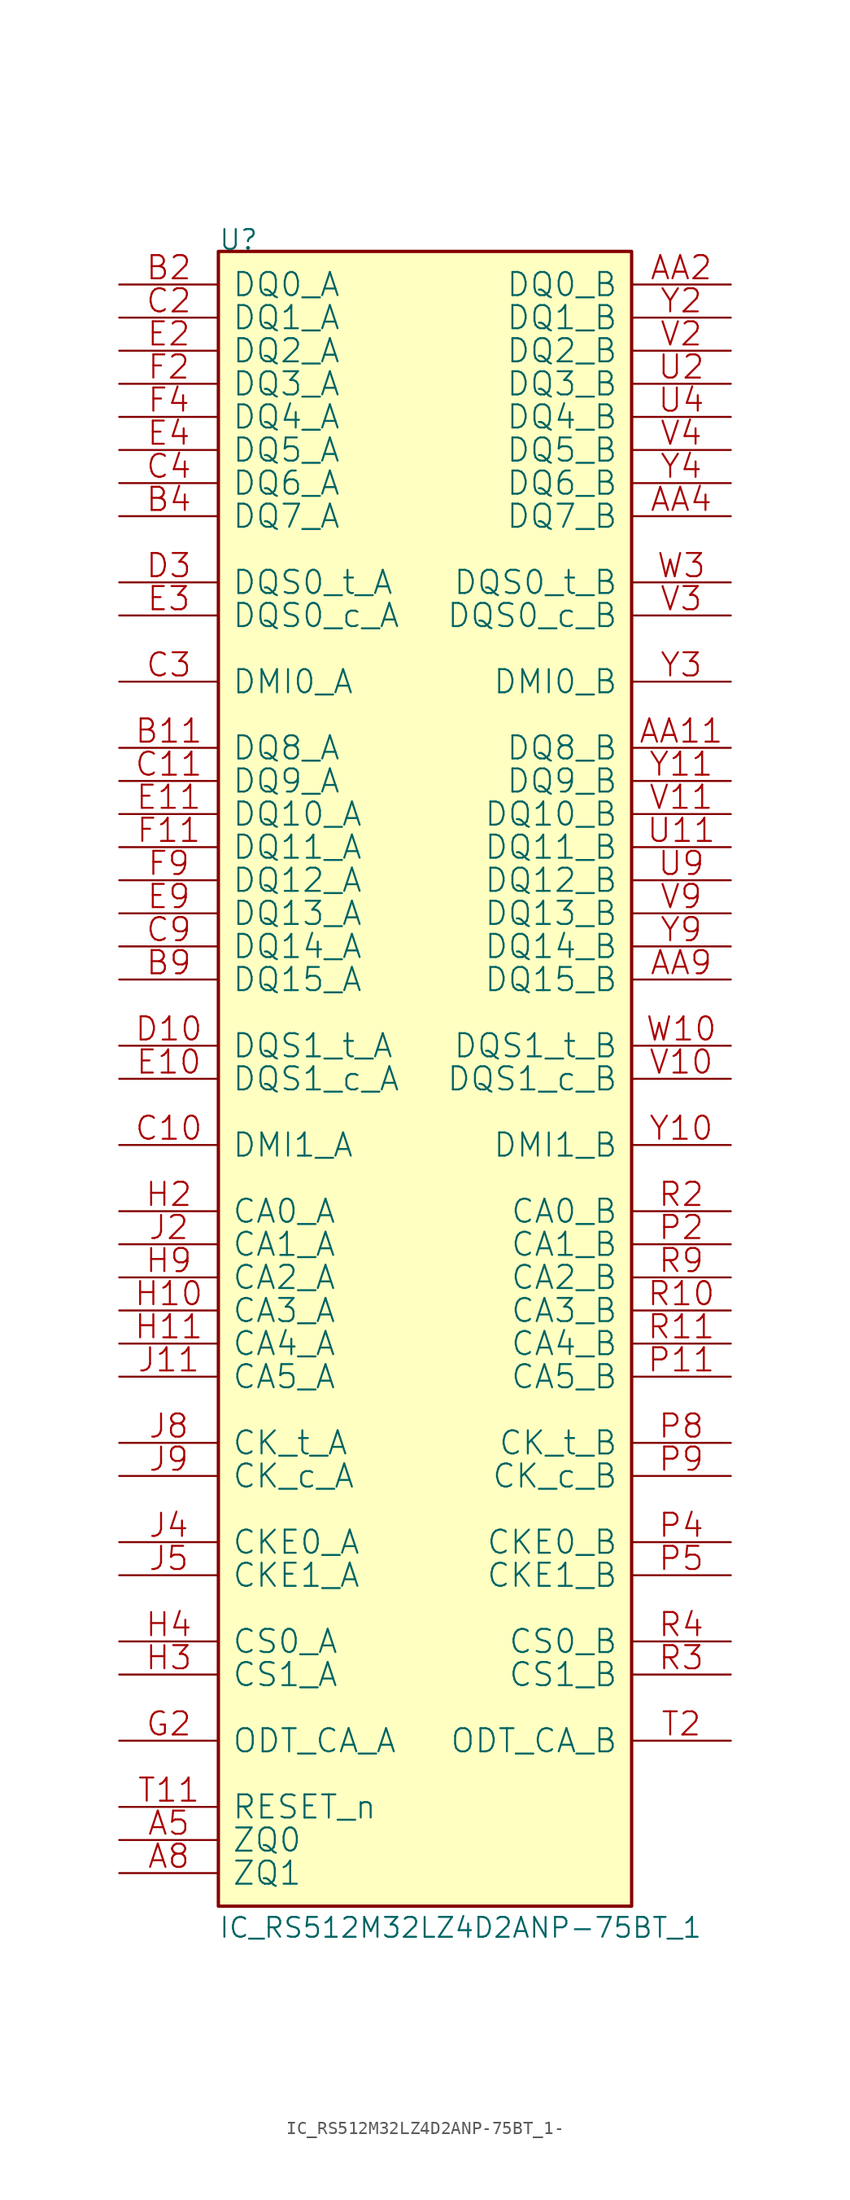
<source format=kicad_sym>
(kicad_symbol_lib
  (version 20220914)
  (generator kicad_symbol_editor)
  (symbol "IC_RS512M32LZ4D2ANP-75BT_1-"
    (pin_names
      (offset 1.016))
    (property "Reference" "U"
      (at 0 0 0)
      (effects (font (size 1.524 1.524)) (justify left bottom)))
    (property "Value" "IC_RS512M32LZ4D2ANP-75BT_1"
      (at 0 -129.54 0)
      (effects (font (size 1.524 1.524)) (justify left bottom)))
    (property "Footprint" ""
      (at 0 0 0)
      (effects (font (size 1.524 1.524))))
    (property "Datasheet" ""
      (at 0 0 0)
      (effects (font (size 1.524 1.524))))
    (symbol "IC_RS512M32LZ4D2ANP-75BT_1-_0_1"
      (rectangle (start 0 -127) (end 31.75 0) (stroke (width 0.254) (type solid)) (fill (type background)))
      (pin passive line (at -7.62 -121.92 0) (length 7.62) (name "ZQ0" (effects (font (size 1.778 1.778)))) (number "A5" (effects (font (size 1.778 1.778)))))
      (pin passive line (at -7.62 -124.46 0) (length 7.62) (name "ZQ1" (effects (font (size 1.778 1.778)))) (number "A8" (effects (font (size 1.778 1.778)))))
      (pin passive line (at 39.37 -38.1 180) (length 7.62) (name "DQ8_B" (effects (font (size 1.778 1.778)))) (number "AA11" (effects (font (size 1.778 1.778)))))
      (pin passive line (at 39.37 -2.54 180) (length 7.62) (name "DQ0_B" (effects (font (size 1.778 1.778)))) (number "AA2" (effects (font (size 1.778 1.778)))))
      (pin passive line (at 39.37 -20.32 180) (length 7.62) (name "DQ7_B" (effects (font (size 1.778 1.778)))) (number "AA4" (effects (font (size 1.778 1.778)))))
      (pin passive line (at 39.37 -55.88 180) (length 7.62) (name "DQ15_B" (effects (font (size 1.778 1.778)))) (number "AA9" (effects (font (size 1.778 1.778)))))
      (pin passive line (at -7.62 -38.1 0) (length 7.62) (name "DQ8_A" (effects (font (size 1.778 1.778)))) (number "B11" (effects (font (size 1.778 1.778)))))
      (pin passive line (at -7.62 -2.54 0) (length 7.62) (name "DQ0_A" (effects (font (size 1.778 1.778)))) (number "B2" (effects (font (size 1.778 1.778)))))
      (pin passive line (at -7.62 -20.32 0) (length 7.62) (name "DQ7_A" (effects (font (size 1.778 1.778)))) (number "B4" (effects (font (size 1.778 1.778)))))
      (pin passive line (at -7.62 -55.88 0) (length 7.62) (name "DQ15_A" (effects (font (size 1.778 1.778)))) (number "B9" (effects (font (size 1.778 1.778)))))
      (pin passive line (at -7.62 -68.58 0) (length 7.62) (name "DMI1_A" (effects (font (size 1.778 1.778)))) (number "C10" (effects (font (size 1.778 1.778)))))
      (pin passive line (at -7.62 -40.64 0) (length 7.62) (name "DQ9_A" (effects (font (size 1.778 1.778)))) (number "C11" (effects (font (size 1.778 1.778)))))
      (pin passive line (at -7.62 -5.08 0) (length 7.62) (name "DQ1_A" (effects (font (size 1.778 1.778)))) (number "C2" (effects (font (size 1.778 1.778)))))
      (pin passive line (at -7.62 -33.02 0) (length 7.62) (name "DMI0_A" (effects (font (size 1.778 1.778)))) (number "C3" (effects (font (size 1.778 1.778)))))
      (pin passive line (at -7.62 -17.78 0) (length 7.62) (name "DQ6_A" (effects (font (size 1.778 1.778)))) (number "C4" (effects (font (size 1.778 1.778)))))
      (pin passive line (at -7.62 -53.34 0) (length 7.62) (name "DQ14_A" (effects (font (size 1.778 1.778)))) (number "C9" (effects (font (size 1.778 1.778)))))
      (pin passive line (at -7.62 -60.96 0) (length 7.62) (name "DQS1_t_A" (effects (font (size 1.778 1.778)))) (number "D10" (effects (font (size 1.778 1.778)))))
      (pin passive line (at -7.62 -25.4 0) (length 7.62) (name "DQS0_t_A" (effects (font (size 1.778 1.778)))) (number "D3" (effects (font (size 1.778 1.778)))))
      (pin passive line (at -7.62 -63.5 0) (length 7.62) (name "DQS1_c_A" (effects (font (size 1.778 1.778)))) (number "E10" (effects (font (size 1.778 1.778)))))
      (pin passive line (at -7.62 -43.18 0) (length 7.62) (name "DQ10_A" (effects (font (size 1.778 1.778)))) (number "E11" (effects (font (size 1.778 1.778)))))
      (pin passive line (at -7.62 -7.62 0) (length 7.62) (name "DQ2_A" (effects (font (size 1.778 1.778)))) (number "E2" (effects (font (size 1.778 1.778)))))
      (pin passive line (at -7.62 -27.94 0) (length 7.62) (name "DQS0_c_A" (effects (font (size 1.778 1.778)))) (number "E3" (effects (font (size 1.778 1.778)))))
      (pin passive line (at -7.62 -15.24 0) (length 7.62) (name "DQ5_A" (effects (font (size 1.778 1.778)))) (number "E4" (effects (font (size 1.778 1.778)))))
      (pin passive line (at -7.62 -50.8 0) (length 7.62) (name "DQ13_A" (effects (font (size 1.778 1.778)))) (number "E9" (effects (font (size 1.778 1.778)))))
      (pin passive line (at -7.62 -45.72 0) (length 7.62) (name "DQ11_A" (effects (font (size 1.778 1.778)))) (number "F11" (effects (font (size 1.778 1.778)))))
      (pin passive line (at -7.62 -10.16 0) (length 7.62) (name "DQ3_A" (effects (font (size 1.778 1.778)))) (number "F2" (effects (font (size 1.778 1.778)))))
      (pin passive line (at -7.62 -12.7 0) (length 7.62) (name "DQ4_A" (effects (font (size 1.778 1.778)))) (number "F4" (effects (font (size 1.778 1.778)))))
      (pin passive line (at -7.62 -48.26 0) (length 7.62) (name "DQ12_A" (effects (font (size 1.778 1.778)))) (number "F9" (effects (font (size 1.778 1.778)))))
      (pin passive line (at -7.62 -114.3 0) (length 7.62) (name "ODT_CA_A" (effects (font (size 1.778 1.778)))) (number "G2" (effects (font (size 1.778 1.778)))))
      (pin passive line (at -7.62 -81.28 0) (length 7.62) (name "CA3_A" (effects (font (size 1.778 1.778)))) (number "H10" (effects (font (size 1.778 1.778)))))
      (pin passive line (at -7.62 -83.82 0) (length 7.62) (name "CA4_A" (effects (font (size 1.778 1.778)))) (number "H11" (effects (font (size 1.778 1.778)))))
      (pin passive line (at -7.62 -73.66 0) (length 7.62) (name "CA0_A" (effects (font (size 1.778 1.778)))) (number "H2" (effects (font (size 1.778 1.778)))))
      (pin passive line (at -7.62 -109.22 0) (length 7.62) (name "CS1_A" (effects (font (size 1.778 1.778)))) (number "H3" (effects (font (size 1.778 1.778)))))
      (pin passive line (at -7.62 -106.68 0) (length 7.62) (name "CS0_A" (effects (font (size 1.778 1.778)))) (number "H4" (effects (font (size 1.778 1.778)))))
      (pin passive line (at -7.62 -78.74 0) (length 7.62) (name "CA2_A" (effects (font (size 1.778 1.778)))) (number "H9" (effects (font (size 1.778 1.778)))))
      (pin passive line (at -7.62 -86.36 0) (length 7.62) (name "CA5_A" (effects (font (size 1.778 1.778)))) (number "J11" (effects (font (size 1.778 1.778)))))
      (pin passive line (at -7.62 -76.2 0) (length 7.62) (name "CA1_A" (effects (font (size 1.778 1.778)))) (number "J2" (effects (font (size 1.778 1.778)))))
      (pin passive line (at -7.62 -99.06 0) (length 7.62) (name "CKE0_A" (effects (font (size 1.778 1.778)))) (number "J4" (effects (font (size 1.778 1.778)))))
      (pin passive line (at -7.62 -101.6 0) (length 7.62) (name "CKE1_A" (effects (font (size 1.778 1.778)))) (number "J5" (effects (font (size 1.778 1.778)))))
      (pin passive line (at -7.62 -91.44 0) (length 7.62) (name "CK_t_A" (effects (font (size 1.778 1.778)))) (number "J8" (effects (font (size 1.778 1.778)))))
      (pin passive line (at -7.62 -93.98 0) (length 7.62) (name "CK_c_A" (effects (font (size 1.778 1.778)))) (number "J9" (effects (font (size 1.778 1.778)))))
      (pin passive line (at 39.37 -86.36 180) (length 7.62) (name "CA5_B" (effects (font (size 1.778 1.778)))) (number "P11" (effects (font (size 1.778 1.778)))))
      (pin passive line (at 39.37 -76.2 180) (length 7.62) (name "CA1_B" (effects (font (size 1.778 1.778)))) (number "P2" (effects (font (size 1.778 1.778)))))
      (pin passive line (at 39.37 -99.06 180) (length 7.62) (name "CKE0_B" (effects (font (size 1.778 1.778)))) (number "P4" (effects (font (size 1.778 1.778)))))
      (pin passive line (at 39.37 -101.6 180) (length 7.62) (name "CKE1_B" (effects (font (size 1.778 1.778)))) (number "P5" (effects (font (size 1.778 1.778)))))
      (pin passive line (at 39.37 -91.44 180) (length 7.62) (name "CK_t_B" (effects (font (size 1.778 1.778)))) (number "P8" (effects (font (size 1.778 1.778)))))
      (pin passive line (at 39.37 -93.98 180) (length 7.62) (name "CK_c_B" (effects (font (size 1.778 1.778)))) (number "P9" (effects (font (size 1.778 1.778)))))
      (pin passive line (at 39.37 -81.28 180) (length 7.62) (name "CA3_B" (effects (font (size 1.778 1.778)))) (number "R10" (effects (font (size 1.778 1.778)))))
      (pin passive line (at 39.37 -83.82 180) (length 7.62) (name "CA4_B" (effects (font (size 1.778 1.778)))) (number "R11" (effects (font (size 1.778 1.778)))))
      (pin passive line (at 39.37 -73.66 180) (length 7.62) (name "CA0_B" (effects (font (size 1.778 1.778)))) (number "R2" (effects (font (size 1.778 1.778)))))
      (pin passive line (at 39.37 -109.22 180) (length 7.62) (name "CS1_B" (effects (font (size 1.778 1.778)))) (number "R3" (effects (font (size 1.778 1.778)))))
      (pin passive line (at 39.37 -106.68 180) (length 7.62) (name "CS0_B" (effects (font (size 1.778 1.778)))) (number "R4" (effects (font (size 1.778 1.778)))))
      (pin passive line (at 39.37 -78.74 180) (length 7.62) (name "CA2_B" (effects (font (size 1.778 1.778)))) (number "R9" (effects (font (size 1.778 1.778)))))
      (pin passive line (at -7.62 -119.38 0) (length 7.62) (name "RESET_n" (effects (font (size 1.778 1.778)))) (number "T11" (effects (font (size 1.778 1.778)))))
      (pin passive line (at 39.37 -114.3 180) (length 7.62) (name "ODT_CA_B" (effects (font (size 1.778 1.778)))) (number "T2" (effects (font (size 1.778 1.778)))))
      (pin passive line (at 39.37 -45.72 180) (length 7.62) (name "DQ11_B" (effects (font (size 1.778 1.778)))) (number "U11" (effects (font (size 1.778 1.778)))))
      (pin passive line (at 39.37 -10.16 180) (length 7.62) (name "DQ3_B" (effects (font (size 1.778 1.778)))) (number "U2" (effects (font (size 1.778 1.778)))))
      (pin passive line (at 39.37 -12.7 180) (length 7.62) (name "DQ4_B" (effects (font (size 1.778 1.778)))) (number "U4" (effects (font (size 1.778 1.778)))))
      (pin passive line (at 39.37 -48.26 180) (length 7.62) (name "DQ12_B" (effects (font (size 1.778 1.778)))) (number "U9" (effects (font (size 1.778 1.778)))))
      (pin passive line (at 39.37 -63.5 180) (length 7.62) (name "DQS1_c_B" (effects (font (size 1.778 1.778)))) (number "V10" (effects (font (size 1.778 1.778)))))
      (pin passive line (at 39.37 -43.18 180) (length 7.62) (name "DQ10_B" (effects (font (size 1.778 1.778)))) (number "V11" (effects (font (size 1.778 1.778)))))
      (pin passive line (at 39.37 -7.62 180) (length 7.62) (name "DQ2_B" (effects (font (size 1.778 1.778)))) (number "V2" (effects (font (size 1.778 1.778)))))
      (pin passive line (at 39.37 -27.94 180) (length 7.62) (name "DQS0_c_B" (effects (font (size 1.778 1.778)))) (number "V3" (effects (font (size 1.778 1.778)))))
      (pin passive line (at 39.37 -15.24 180) (length 7.62) (name "DQ5_B" (effects (font (size 1.778 1.778)))) (number "V4" (effects (font (size 1.778 1.778)))))
      (pin passive line (at 39.37 -50.8 180) (length 7.62) (name "DQ13_B" (effects (font (size 1.778 1.778)))) (number "V9" (effects (font (size 1.778 1.778)))))
      (pin passive line (at 39.37 -60.96 180) (length 7.62) (name "DQS1_t_B" (effects (font (size 1.778 1.778)))) (number "W10" (effects (font (size 1.778 1.778)))))
      (pin passive line (at 39.37 -25.4 180) (length 7.62) (name "DQS0_t_B" (effects (font (size 1.778 1.778)))) (number "W3" (effects (font (size 1.778 1.778)))))
      (pin passive line (at 39.37 -68.58 180) (length 7.62) (name "DMI1_B" (effects (font (size 1.778 1.778)))) (number "Y10" (effects (font (size 1.778 1.778)))))
      (pin passive line (at 39.37 -40.64 180) (length 7.62) (name "DQ9_B" (effects (font (size 1.778 1.778)))) (number "Y11" (effects (font (size 1.778 1.778)))))
      (pin passive line (at 39.37 -5.08 180) (length 7.62) (name "DQ1_B" (effects (font (size 1.778 1.778)))) (number "Y2" (effects (font (size 1.778 1.778)))))
      (pin passive line (at 39.37 -33.02 180) (length 7.62) (name "DMI0_B" (effects (font (size 1.778 1.778)))) (number "Y3" (effects (font (size 1.778 1.778)))))
      (pin passive line (at 39.37 -17.78 180) (length 7.62) (name "DQ6_B" (effects (font (size 1.778 1.778)))) (number "Y4" (effects (font (size 1.778 1.778)))))
      (pin passive line (at 39.37 -53.34 180) (length 7.62) (name "DQ14_B" (effects (font (size 1.778 1.778)))) (number "Y9" (effects (font (size 1.778 1.778))))))))
</source>
